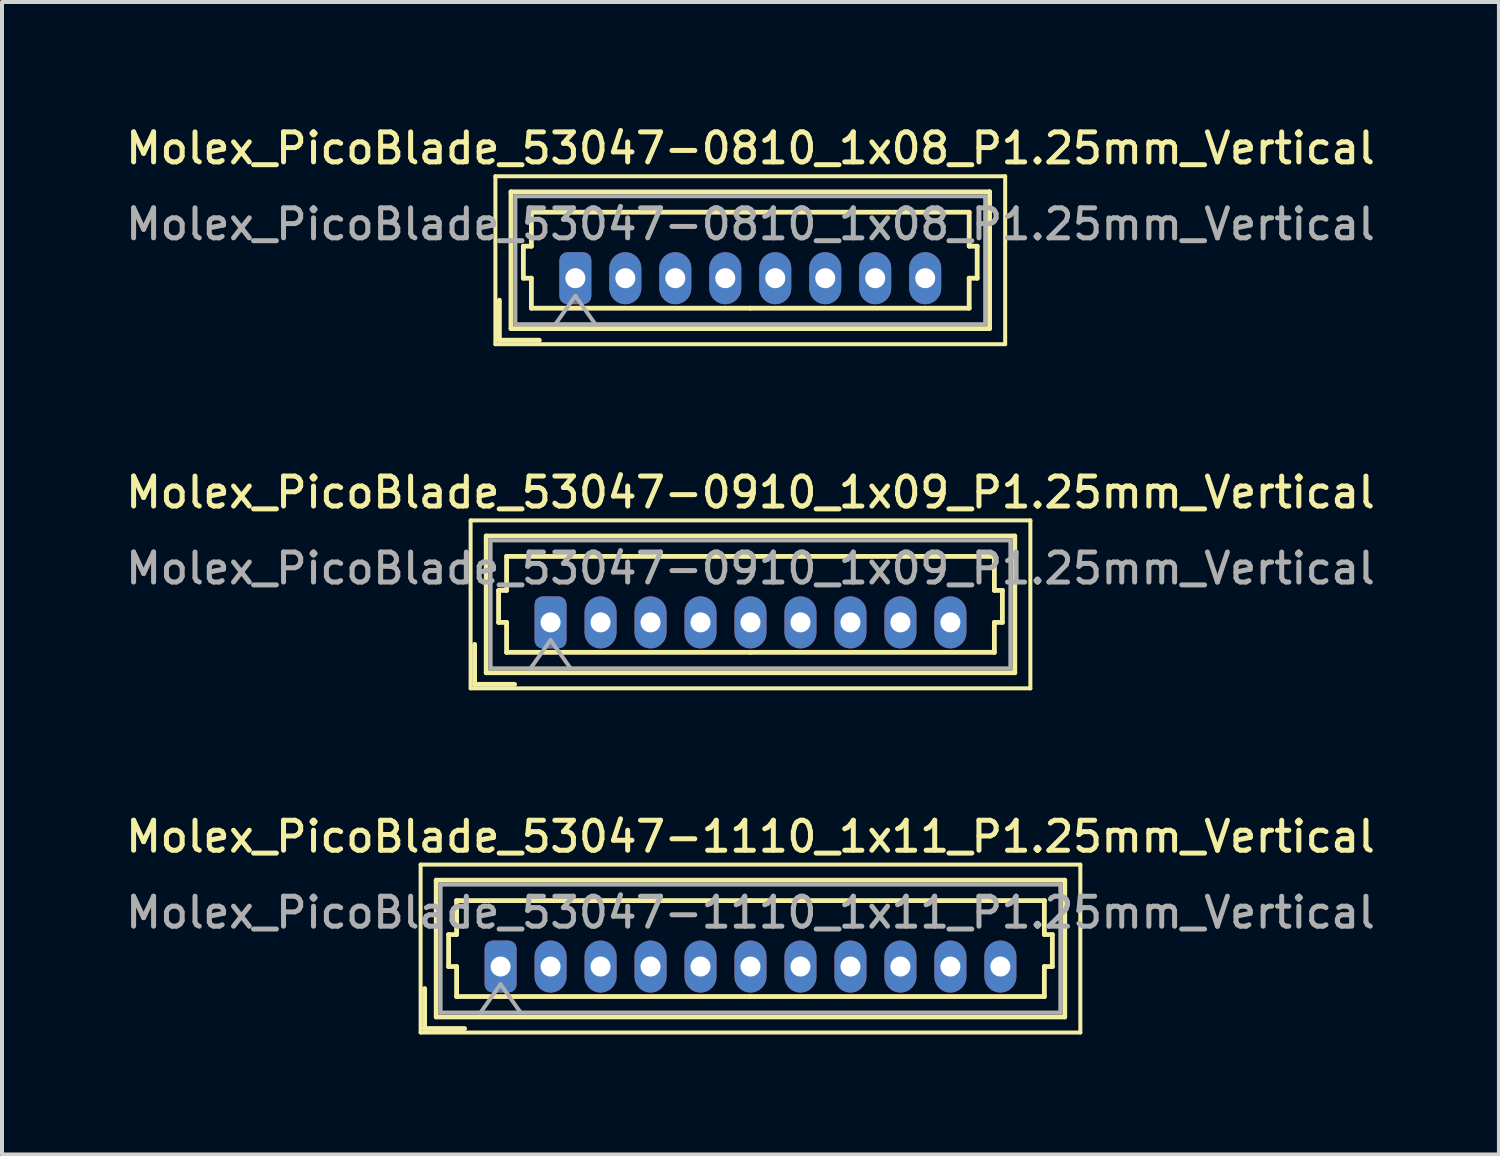
<source format=kicad_pcb>
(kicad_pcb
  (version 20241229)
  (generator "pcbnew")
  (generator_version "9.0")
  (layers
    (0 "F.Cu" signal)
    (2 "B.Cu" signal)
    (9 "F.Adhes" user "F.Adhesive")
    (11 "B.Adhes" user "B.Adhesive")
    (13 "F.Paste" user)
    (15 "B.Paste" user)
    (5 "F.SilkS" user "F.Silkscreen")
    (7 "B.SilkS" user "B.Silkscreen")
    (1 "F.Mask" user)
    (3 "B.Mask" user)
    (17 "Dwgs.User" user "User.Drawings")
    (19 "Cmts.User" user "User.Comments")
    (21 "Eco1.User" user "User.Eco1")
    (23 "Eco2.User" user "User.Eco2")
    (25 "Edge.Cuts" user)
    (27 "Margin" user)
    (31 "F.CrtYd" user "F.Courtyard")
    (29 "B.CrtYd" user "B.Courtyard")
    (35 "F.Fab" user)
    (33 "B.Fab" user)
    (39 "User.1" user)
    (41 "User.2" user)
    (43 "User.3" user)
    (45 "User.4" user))
  (footprint "Molex_PicoBlade_53047-0910_1x09_P1.25mm_Vertical"
    (layer "F.Cu")
    (at 10.72 12.516)
    (property "Reference" "Molex_PicoBlade_53047-0910_1x09_P1.25mm_Vertical" (at 5 -3.25 0) (layer "F.SilkS") (effects (font (size 0.75 0.75) (thickness 0.125))))
    (attr through_hole)
    (fp_line (start -2 -2.55) (end -2 1.65) (stroke (width 0.1) (type solid)) (layer "F.SilkS"))
    (fp_line (start -2 1.65) (end 12 1.65) (stroke (width 0.1) (type solid)) (layer "F.SilkS"))
    (fp_line (start -1.9 1.55) (end -1.9 0.55) (stroke (width 0.12) (type solid)) (layer "F.SilkS"))
    (fp_line (start -1.9 1.55) (end -0.9 1.55) (stroke (width 0.12) (type solid)) (layer "F.SilkS"))
    (fp_line (start -1.61 -2.16) (end -1.61 1.26) (stroke (width 0.12) (type solid)) (layer "F.SilkS"))
    (fp_line (start -1.61 1.26) (end 11.61 1.26) (stroke (width 0.12) (type solid)) (layer "F.SilkS"))
    (fp_line (start -1.3 -0.8) (end -1.1 -0.8) (stroke (width 0.12) (type solid)) (layer "F.SilkS"))
    (fp_line (start -1.3 0) (end -1.3 -0.8) (stroke (width 0.12) (type solid)) (layer "F.SilkS"))
    (fp_line (start -1.1 -1.65) (end 5 -1.65) (stroke (width 0.12) (type solid)) (layer "F.SilkS"))
    (fp_line (start -1.1 -0.8) (end -1.1 -1.65) (stroke (width 0.12) (type solid)) (layer "F.SilkS"))
    (fp_line (start -1.1 0) (end -1.3 0) (stroke (width 0.12) (type solid)) (layer "F.SilkS"))
    (fp_line (start -1.1 0.75) (end -1.1 0) (stroke (width 0.12) (type solid)) (layer "F.SilkS"))
    (fp_line (start 5 0.75) (end -1.1 0.75) (stroke (width 0.12) (type solid)) (layer "F.SilkS"))
    (fp_line (start 5 0.75) (end 11.1 0.75) (stroke (width 0.12) (type solid)) (layer "F.SilkS"))
    (fp_line (start 11.1 -1.65) (end 5 -1.65) (stroke (width 0.12) (type solid)) (layer "F.SilkS"))
    (fp_line (start 11.1 -0.8) (end 11.1 -1.65) (stroke (width 0.12) (type solid)) (layer "F.SilkS"))
    (fp_line (start 11.1 0) (end 11.3 0) (stroke (width 0.12) (type solid)) (layer "F.SilkS"))
    (fp_line (start 11.1 0.75) (end 11.1 0) (stroke (width 0.12) (type solid)) (layer "F.SilkS"))
    (fp_line (start 11.3 -0.8) (end 11.1 -0.8) (stroke (width 0.12) (type solid)) (layer "F.SilkS"))
    (fp_line (start 11.3 0) (end 11.3 -0.8) (stroke (width 0.12) (type solid)) (layer "F.SilkS"))
    (fp_line (start 11.61 -2.16) (end -1.61 -2.16) (stroke (width 0.12) (type solid)) (layer "F.SilkS"))
    (fp_line (start 11.61 1.26) (end 11.61 -2.16) (stroke (width 0.12) (type solid)) (layer "F.SilkS"))
    (fp_line (start 12 -2.55) (end -2 -2.55) (stroke (width 0.1) (type solid)) (layer "F.SilkS"))
    (fp_line (start 12 1.65) (end 12 -2.55) (stroke (width 0.1) (type solid)) (layer "F.SilkS"))
    (fp_line (start -1.5 -2.05) (end -1.5 1.15) (stroke (width 0.1) (type solid)) (layer "F.Fab"))
    (fp_line (start -1.5 1.15) (end 11.5 1.15) (stroke (width 0.1) (type solid)) (layer "F.Fab"))
    (fp_line (start -0.5 1.15) (end 0 0.443) (stroke (width 0.1) (type solid)) (layer "F.Fab"))
    (fp_line (start 0 0.443) (end 0.5 1.15) (stroke (width 0.1) (type solid)) (layer "F.Fab"))
    (fp_line (start 11.5 -2.05) (end -1.5 -2.05) (stroke (width 0.1) (type solid)) (layer "F.Fab"))
    (fp_line (start 11.5 1.15) (end 11.5 -2.05) (stroke (width 0.1) (type solid)) (layer "F.Fab"))
    (fp_text user "${REFERENCE}" (at 5 -1.35 0) (layer "F.Fab") (effects (font (size 0.75 0.75) (thickness 0.125))))
    (pad "1" thru_hole roundrect (at 0 0) (size 0.8 1.3) (drill 0.5) (layers "*.Cu" "*.Mask") (roundrect_rratio 0.25))
    (pad "2" thru_hole oval (at 1.25 0) (size 0.8 1.3) (drill 0.5) (layers "*.Cu" "*.Mask"))
    (pad "3" thru_hole oval (at 2.5 0) (size 0.8 1.3) (drill 0.5) (layers "*.Cu" "*.Mask"))
    (pad "4" thru_hole oval (at 3.75 0) (size 0.8 1.3) (drill 0.5) (layers "*.Cu" "*.Mask"))
    (pad "5" thru_hole oval (at 5 0) (size 0.8 1.3) (drill 0.5) (layers "*.Cu" "*.Mask"))
    (pad "6" thru_hole oval (at 6.25 0) (size 0.8 1.3) (drill 0.5) (layers "*.Cu" "*.Mask"))
    (pad "7" thru_hole oval (at 7.5 0) (size 0.8 1.3) (drill 0.5) (layers "*.Cu" "*.Mask"))
    (pad "8" thru_hole oval (at 8.75 0) (size 0.8 1.3) (drill 0.5) (layers "*.Cu" "*.Mask"))
    (pad "9" thru_hole oval (at 10 0) (size 0.8 1.3) (drill 0.5) (layers "*.Cu" "*.Mask")))
  (footprint "Molex_PicoBlade_53047-1110_1x11_P1.25mm_Vertical"
    (layer "F.Cu")
    (at 9.47 21.124)
    (property "Reference" "Molex_PicoBlade_53047-1110_1x11_P1.25mm_Vertical" (at 6.25 -3.25 0) (layer "F.SilkS") (effects (font (size 0.75 0.75) (thickness 0.125))))
    (attr through_hole)
    (fp_line (start -2 -2.55) (end -2 1.65) (stroke (width 0.1) (type solid)) (layer "F.SilkS"))
    (fp_line (start -2 1.65) (end 14.5 1.65) (stroke (width 0.1) (type solid)) (layer "F.SilkS"))
    (fp_line (start -1.9 1.55) (end -1.9 0.55) (stroke (width 0.12) (type solid)) (layer "F.SilkS"))
    (fp_line (start -1.9 1.55) (end -0.9 1.55) (stroke (width 0.12) (type solid)) (layer "F.SilkS"))
    (fp_line (start -1.61 -2.16) (end -1.61 1.26) (stroke (width 0.12) (type solid)) (layer "F.SilkS"))
    (fp_line (start -1.61 1.26) (end 14.11 1.26) (stroke (width 0.12) (type solid)) (layer "F.SilkS"))
    (fp_line (start -1.3 -0.8) (end -1.1 -0.8) (stroke (width 0.12) (type solid)) (layer "F.SilkS"))
    (fp_line (start -1.3 0) (end -1.3 -0.8) (stroke (width 0.12) (type solid)) (layer "F.SilkS"))
    (fp_line (start -1.1 -1.65) (end 6.25 -1.65) (stroke (width 0.12) (type solid)) (layer "F.SilkS"))
    (fp_line (start -1.1 -0.8) (end -1.1 -1.65) (stroke (width 0.12) (type solid)) (layer "F.SilkS"))
    (fp_line (start -1.1 0) (end -1.3 0) (stroke (width 0.12) (type solid)) (layer "F.SilkS"))
    (fp_line (start -1.1 0.75) (end -1.1 0) (stroke (width 0.12) (type solid)) (layer "F.SilkS"))
    (fp_line (start 6.25 0.75) (end -1.1 0.75) (stroke (width 0.12) (type solid)) (layer "F.SilkS"))
    (fp_line (start 6.25 0.75) (end 13.6 0.75) (stroke (width 0.12) (type solid)) (layer "F.SilkS"))
    (fp_line (start 13.6 -1.65) (end 6.25 -1.65) (stroke (width 0.12) (type solid)) (layer "F.SilkS"))
    (fp_line (start 13.6 -0.8) (end 13.6 -1.65) (stroke (width 0.12) (type solid)) (layer "F.SilkS"))
    (fp_line (start 13.6 0) (end 13.8 0) (stroke (width 0.12) (type solid)) (layer "F.SilkS"))
    (fp_line (start 13.6 0.75) (end 13.6 0) (stroke (width 0.12) (type solid)) (layer "F.SilkS"))
    (fp_line (start 13.8 -0.8) (end 13.6 -0.8) (stroke (width 0.12) (type solid)) (layer "F.SilkS"))
    (fp_line (start 13.8 0) (end 13.8 -0.8) (stroke (width 0.12) (type solid)) (layer "F.SilkS"))
    (fp_line (start 14.11 -2.16) (end -1.61 -2.16) (stroke (width 0.12) (type solid)) (layer "F.SilkS"))
    (fp_line (start 14.11 1.26) (end 14.11 -2.16) (stroke (width 0.12) (type solid)) (layer "F.SilkS"))
    (fp_line (start 14.5 -2.55) (end -2 -2.55) (stroke (width 0.1) (type solid)) (layer "F.SilkS"))
    (fp_line (start 14.5 1.65) (end 14.5 -2.55) (stroke (width 0.1) (type solid)) (layer "F.SilkS"))
    (fp_line (start -1.5 -2.05) (end -1.5 1.15) (stroke (width 0.1) (type solid)) (layer "F.Fab"))
    (fp_line (start -1.5 1.15) (end 14 1.15) (stroke (width 0.1) (type solid)) (layer "F.Fab"))
    (fp_line (start -0.5 1.15) (end 0 0.443) (stroke (width 0.1) (type solid)) (layer "F.Fab"))
    (fp_line (start 0 0.443) (end 0.5 1.15) (stroke (width 0.1) (type solid)) (layer "F.Fab"))
    (fp_line (start 14 -2.05) (end -1.5 -2.05) (stroke (width 0.1) (type solid)) (layer "F.Fab"))
    (fp_line (start 14 1.15) (end 14 -2.05) (stroke (width 0.1) (type solid)) (layer "F.Fab"))
    (fp_text user "${REFERENCE}" (at 6.25 -1.35 0) (layer "F.Fab") (effects (font (size 0.75 0.75) (thickness 0.125))))
    (pad "1" thru_hole roundrect (at 0 0) (size 0.8 1.3) (drill 0.5) (layers "*.Cu" "*.Mask") (roundrect_rratio 0.25))
    (pad "2" thru_hole oval (at 1.25 0) (size 0.8 1.3) (drill 0.5) (layers "*.Cu" "*.Mask"))
    (pad "3" thru_hole oval (at 2.5 0) (size 0.8 1.3) (drill 0.5) (layers "*.Cu" "*.Mask"))
    (pad "4" thru_hole oval (at 3.75 0) (size 0.8 1.3) (drill 0.5) (layers "*.Cu" "*.Mask"))
    (pad "5" thru_hole oval (at 5 0) (size 0.8 1.3) (drill 0.5) (layers "*.Cu" "*.Mask"))
    (pad "6" thru_hole oval (at 6.25 0) (size 0.8 1.3) (drill 0.5) (layers "*.Cu" "*.Mask"))
    (pad "7" thru_hole oval (at 7.5 0) (size 0.8 1.3) (drill 0.5) (layers "*.Cu" "*.Mask"))
    (pad "8" thru_hole oval (at 8.75 0) (size 0.8 1.3) (drill 0.5) (layers "*.Cu" "*.Mask"))
    (pad "9" thru_hole oval (at 10 0) (size 0.8 1.3) (drill 0.5) (layers "*.Cu" "*.Mask"))
    (pad "10" thru_hole oval (at 11.25 0) (size 0.8 1.3) (drill 0.5) (layers "*.Cu" "*.Mask"))
    (pad "11" thru_hole oval (at 12.5 0) (size 0.8 1.3) (drill 0.5) (layers "*.Cu" "*.Mask")))
  (footprint "Molex_PicoBlade_53047-0810_1x08_P1.25mm_Vertical"
    (layer "F.Cu")
    (at 11.34 3.908)
    (property "Reference" "Molex_PicoBlade_53047-0810_1x08_P1.25mm_Vertical" (at 4.38 -3.25 0) (layer "F.SilkS") (effects (font (size 0.75 0.75) (thickness 0.125))))
    (attr through_hole)
    (fp_line (start -2 -2.55) (end -2 1.65) (stroke (width 0.1) (type solid)) (layer "F.SilkS"))
    (fp_line (start -2 1.65) (end 10.75 1.65) (stroke (width 0.1) (type solid)) (layer "F.SilkS"))
    (fp_line (start -1.9 1.55) (end -1.9 0.55) (stroke (width 0.12) (type solid)) (layer "F.SilkS"))
    (fp_line (start -1.9 1.55) (end -0.9 1.55) (stroke (width 0.12) (type solid)) (layer "F.SilkS"))
    (fp_line (start -1.61 -2.16) (end -1.61 1.26) (stroke (width 0.12) (type solid)) (layer "F.SilkS"))
    (fp_line (start -1.61 1.26) (end 10.36 1.26) (stroke (width 0.12) (type solid)) (layer "F.SilkS"))
    (fp_line (start -1.3 -0.8) (end -1.1 -0.8) (stroke (width 0.12) (type solid)) (layer "F.SilkS"))
    (fp_line (start -1.3 0) (end -1.3 -0.8) (stroke (width 0.12) (type solid)) (layer "F.SilkS"))
    (fp_line (start -1.1 -1.65) (end 4.375 -1.65) (stroke (width 0.12) (type solid)) (layer "F.SilkS"))
    (fp_line (start -1.1 -0.8) (end -1.1 -1.65) (stroke (width 0.12) (type solid)) (layer "F.SilkS"))
    (fp_line (start -1.1 0) (end -1.3 0) (stroke (width 0.12) (type solid)) (layer "F.SilkS"))
    (fp_line (start -1.1 0.75) (end -1.1 0) (stroke (width 0.12) (type solid)) (layer "F.SilkS"))
    (fp_line (start 4.375 0.75) (end -1.1 0.75) (stroke (width 0.12) (type solid)) (layer "F.SilkS"))
    (fp_line (start 4.375 0.75) (end 9.85 0.75) (stroke (width 0.12) (type solid)) (layer "F.SilkS"))
    (fp_line (start 9.85 -1.65) (end 4.375 -1.65) (stroke (width 0.12) (type solid)) (layer "F.SilkS"))
    (fp_line (start 9.85 -0.8) (end 9.85 -1.65) (stroke (width 0.12) (type solid)) (layer "F.SilkS"))
    (fp_line (start 9.85 0) (end 10.05 0) (stroke (width 0.12) (type solid)) (layer "F.SilkS"))
    (fp_line (start 9.85 0.75) (end 9.85 0) (stroke (width 0.12) (type solid)) (layer "F.SilkS"))
    (fp_line (start 10.05 -0.8) (end 9.85 -0.8) (stroke (width 0.12) (type solid)) (layer "F.SilkS"))
    (fp_line (start 10.05 0) (end 10.05 -0.8) (stroke (width 0.12) (type solid)) (layer "F.SilkS"))
    (fp_line (start 10.36 -2.16) (end -1.61 -2.16) (stroke (width 0.12) (type solid)) (layer "F.SilkS"))
    (fp_line (start 10.36 1.26) (end 10.36 -2.16) (stroke (width 0.12) (type solid)) (layer "F.SilkS"))
    (fp_line (start 10.75 -2.55) (end -2 -2.55) (stroke (width 0.1) (type solid)) (layer "F.SilkS"))
    (fp_line (start 10.75 1.65) (end 10.75 -2.55) (stroke (width 0.1) (type solid)) (layer "F.SilkS"))
    (fp_line (start -1.5 -2.05) (end -1.5 1.15) (stroke (width 0.1) (type solid)) (layer "F.Fab"))
    (fp_line (start -1.5 1.15) (end 10.25 1.15) (stroke (width 0.1) (type solid)) (layer "F.Fab"))
    (fp_line (start -0.5 1.15) (end 0 0.443) (stroke (width 0.1) (type solid)) (layer "F.Fab"))
    (fp_line (start 0 0.443) (end 0.5 1.15) (stroke (width 0.1) (type solid)) (layer "F.Fab"))
    (fp_line (start 10.25 -2.05) (end -1.5 -2.05) (stroke (width 0.1) (type solid)) (layer "F.Fab"))
    (fp_line (start 10.25 1.15) (end 10.25 -2.05) (stroke (width 0.1) (type solid)) (layer "F.Fab"))
    (fp_text user "${REFERENCE}" (at 4.38 -1.35 0) (layer "F.Fab") (effects (font (size 0.75 0.75) (thickness 0.125))))
    (pad "1" thru_hole roundrect (at 0 0) (size 0.8 1.3) (drill 0.5) (layers "*.Cu" "*.Mask") (roundrect_rratio 0.25))
    (pad "2" thru_hole oval (at 1.25 0) (size 0.8 1.3) (drill 0.5) (layers "*.Cu" "*.Mask"))
    (pad "3" thru_hole oval (at 2.5 0) (size 0.8 1.3) (drill 0.5) (layers "*.Cu" "*.Mask"))
    (pad "4" thru_hole oval (at 3.75 0) (size 0.8 1.3) (drill 0.5) (layers "*.Cu" "*.Mask"))
    (pad "5" thru_hole oval (at 5 0) (size 0.8 1.3) (drill 0.5) (layers "*.Cu" "*.Mask"))
    (pad "6" thru_hole oval (at 6.25 0) (size 0.8 1.3) (drill 0.5) (layers "*.Cu" "*.Mask"))
    (pad "7" thru_hole oval (at 7.5 0) (size 0.8 1.3) (drill 0.5) (layers "*.Cu" "*.Mask"))
    (pad "8" thru_hole oval (at 8.75 0) (size 0.8 1.3) (drill 0.5) (layers "*.Cu" "*.Mask")))
  (gr_rect
    (start -3 -3)
    (end 34.439 25.824)
    (stroke (width 0.1) (type default))
    (fill no)
    (layer "Edge.Cuts")))
</source>
